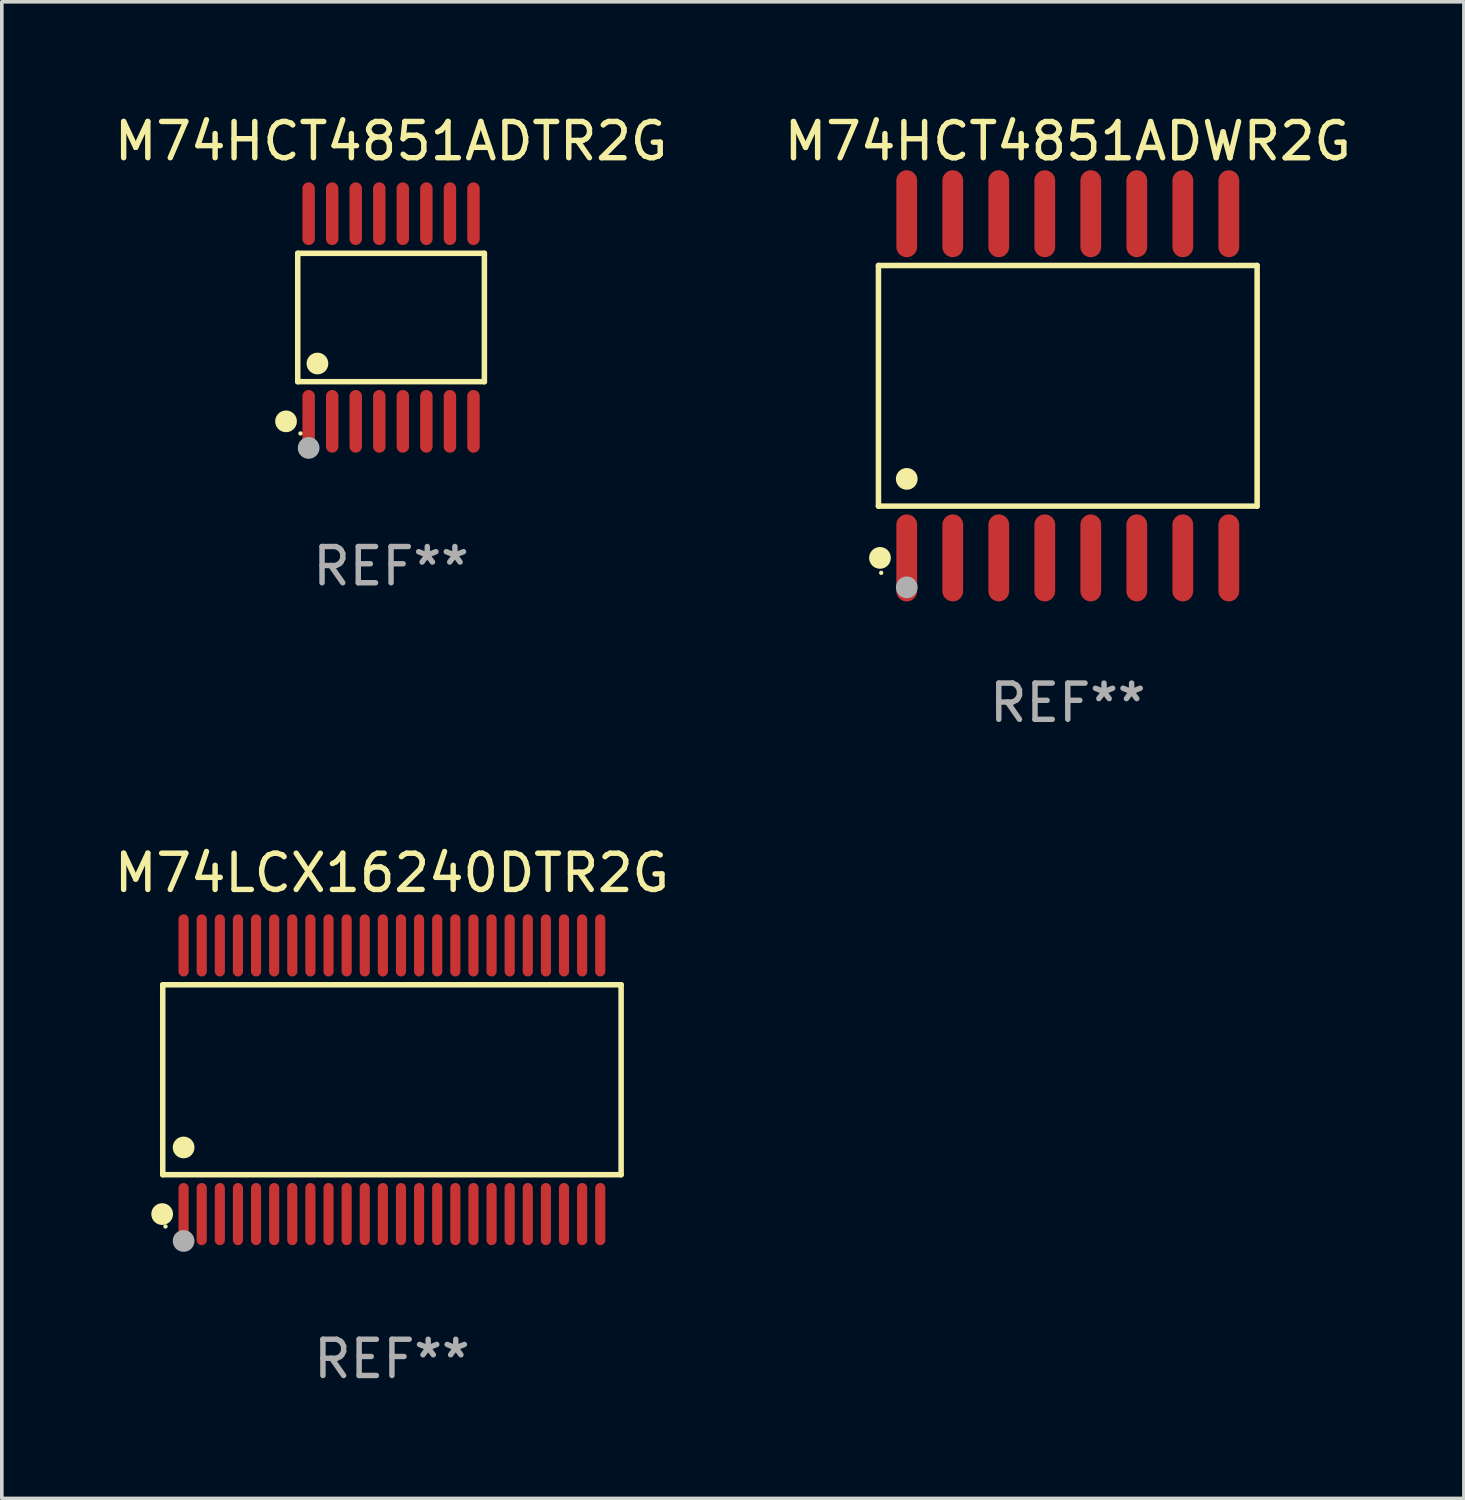
<source format=kicad_pcb>
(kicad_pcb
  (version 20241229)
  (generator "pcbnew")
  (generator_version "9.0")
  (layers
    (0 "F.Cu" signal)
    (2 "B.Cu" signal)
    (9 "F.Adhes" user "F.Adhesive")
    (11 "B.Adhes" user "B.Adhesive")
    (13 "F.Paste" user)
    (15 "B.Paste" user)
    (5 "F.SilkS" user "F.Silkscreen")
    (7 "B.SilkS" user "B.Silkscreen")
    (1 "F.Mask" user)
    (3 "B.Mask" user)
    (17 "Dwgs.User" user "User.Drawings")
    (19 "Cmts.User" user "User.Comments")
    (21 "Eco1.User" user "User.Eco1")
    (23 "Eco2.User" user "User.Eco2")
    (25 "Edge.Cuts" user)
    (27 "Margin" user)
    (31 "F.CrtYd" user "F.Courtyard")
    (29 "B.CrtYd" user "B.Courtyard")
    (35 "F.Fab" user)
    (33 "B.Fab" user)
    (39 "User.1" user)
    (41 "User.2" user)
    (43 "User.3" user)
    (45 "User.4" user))
  (footprint "M74LCX16240DTR2G"
    (layer "F.Cu")
    (at 7.768 26.753)
    (property "Reference" "M74LCX16240DTR2G" (at 0 -5.708 0) (layer "F.SilkS") (effects (font (size 1 1) (thickness 0.15))))
    (attr through_hole)
    (fp_line (start -6.326 -2.622) (end 6.326 -2.622) (stroke (width 0.152) (type solid)) (layer "F.SilkS"))
    (fp_line (start -6.326 2.621) (end -6.326 -2.622) (stroke (width 0.152) (type solid)) (layer "F.SilkS"))
    (fp_line (start 6.326 -2.622) (end 6.326 2.621) (stroke (width 0.152) (type solid)) (layer "F.SilkS"))
    (fp_line (start 6.326 2.621) (end -6.326 2.621) (stroke (width 0.152) (type solid)) (layer "F.SilkS"))
    (fp_circle (center -6.342 3.708) (end -6.192 3.708) (stroke (width 0.3) (type solid)) (fill no) (layer "F.SilkS"))
    (fp_circle (center -6.25 4.05) (end -6.22 4.05) (stroke (width 0.06) (type solid)) (fill no) (layer "F.SilkS"))
    (fp_circle (center -5.75 1.869) (end -5.6 1.869) (stroke (width 0.3) (type solid)) (fill no) (layer "F.SilkS"))
    (fp_circle (center -5.75 4.45) (end -5.6 4.45) (stroke (width 0.3) (type solid)) (fill no) (layer "F.Fab"))
    (fp_text user "REF**" (at 0 7.708 0) (layer "F.Fab") (effects (font (size 1 1) (thickness 0.15))))
    (pad "1" smd oval (at -5.75 3.708) (size 0.28 1.715) (layers "F.Cu" "F.Mask" "F.Paste"))
    (pad "2" smd oval (at -5.25 3.708) (size 0.28 1.715) (layers "F.Cu" "F.Mask" "F.Paste"))
    (pad "3" smd oval (at -4.75 3.708) (size 0.28 1.715) (layers "F.Cu" "F.Mask" "F.Paste"))
    (pad "4" smd oval (at -4.25 3.708) (size 0.28 1.715) (layers "F.Cu" "F.Mask" "F.Paste"))
    (pad "5" smd oval (at -3.75 3.708) (size 0.28 1.715) (layers "F.Cu" "F.Mask" "F.Paste"))
    (pad "6" smd oval (at -3.25 3.708) (size 0.28 1.715) (layers "F.Cu" "F.Mask" "F.Paste"))
    (pad "7" smd oval (at -2.75 3.708) (size 0.28 1.715) (layers "F.Cu" "F.Mask" "F.Paste"))
    (pad "8" smd oval (at -2.25 3.708) (size 0.28 1.715) (layers "F.Cu" "F.Mask" "F.Paste"))
    (pad "9" smd oval (at -1.75 3.708) (size 0.28 1.715) (layers "F.Cu" "F.Mask" "F.Paste"))
    (pad "10" smd oval (at -1.25 3.708) (size 0.28 1.715) (layers "F.Cu" "F.Mask" "F.Paste"))
    (pad "11" smd oval (at -0.75 3.708) (size 0.28 1.715) (layers "F.Cu" "F.Mask" "F.Paste"))
    (pad "12" smd oval (at -0.25 3.708) (size 0.28 1.715) (layers "F.Cu" "F.Mask" "F.Paste"))
    (pad "13" smd oval (at 0.25 3.708) (size 0.28 1.715) (layers "F.Cu" "F.Mask" "F.Paste"))
    (pad "14" smd oval (at 0.75 3.708) (size 0.28 1.715) (layers "F.Cu" "F.Mask" "F.Paste"))
    (pad "15" smd oval (at 1.25 3.708) (size 0.28 1.715) (layers "F.Cu" "F.Mask" "F.Paste"))
    (pad "16" smd oval (at 1.75 3.708) (size 0.28 1.715) (layers "F.Cu" "F.Mask" "F.Paste"))
    (pad "17" smd oval (at 2.25 3.708) (size 0.28 1.715) (layers "F.Cu" "F.Mask" "F.Paste"))
    (pad "18" smd oval (at 2.75 3.708) (size 0.28 1.715) (layers "F.Cu" "F.Mask" "F.Paste"))
    (pad "19" smd oval (at 3.25 3.708) (size 0.28 1.715) (layers "F.Cu" "F.Mask" "F.Paste"))
    (pad "20" smd oval (at 3.75 3.708) (size 0.28 1.715) (layers "F.Cu" "F.Mask" "F.Paste"))
    (pad "21" smd oval (at 4.25 3.708) (size 0.28 1.715) (layers "F.Cu" "F.Mask" "F.Paste"))
    (pad "22" smd oval (at 4.75 3.708) (size 0.28 1.715) (layers "F.Cu" "F.Mask" "F.Paste"))
    (pad "23" smd oval (at 5.25 3.708) (size 0.28 1.715) (layers "F.Cu" "F.Mask" "F.Paste"))
    (pad "24" smd oval (at 5.75 3.708) (size 0.28 1.715) (layers "F.Cu" "F.Mask" "F.Paste"))
    (pad "25" smd oval (at 5.75 -3.708) (size 0.28 1.715) (layers "F.Cu" "F.Mask" "F.Paste"))
    (pad "26" smd oval (at 5.25 -3.708) (size 0.28 1.715) (layers "F.Cu" "F.Mask" "F.Paste"))
    (pad "27" smd oval (at 4.75 -3.708) (size 0.28 1.715) (layers "F.Cu" "F.Mask" "F.Paste"))
    (pad "28" smd oval (at 4.25 -3.708) (size 0.28 1.715) (layers "F.Cu" "F.Mask" "F.Paste"))
    (pad "29" smd oval (at 3.75 -3.708) (size 0.28 1.715) (layers "F.Cu" "F.Mask" "F.Paste"))
    (pad "30" smd oval (at 3.25 -3.708) (size 0.28 1.715) (layers "F.Cu" "F.Mask" "F.Paste"))
    (pad "31" smd oval (at 2.75 -3.708) (size 0.28 1.715) (layers "F.Cu" "F.Mask" "F.Paste"))
    (pad "32" smd oval (at 2.25 -3.708) (size 0.28 1.715) (layers "F.Cu" "F.Mask" "F.Paste"))
    (pad "33" smd oval (at 1.75 -3.708) (size 0.28 1.715) (layers "F.Cu" "F.Mask" "F.Paste"))
    (pad "34" smd oval (at 1.25 -3.708) (size 0.28 1.715) (layers "F.Cu" "F.Mask" "F.Paste"))
    (pad "35" smd oval (at 0.75 -3.708) (size 0.28 1.715) (layers "F.Cu" "F.Mask" "F.Paste"))
    (pad "36" smd oval (at 0.25 -3.708) (size 0.28 1.715) (layers "F.Cu" "F.Mask" "F.Paste"))
    (pad "37" smd oval (at -0.25 -3.708) (size 0.28 1.715) (layers "F.Cu" "F.Mask" "F.Paste"))
    (pad "38" smd oval (at -0.75 -3.708) (size 0.28 1.715) (layers "F.Cu" "F.Mask" "F.Paste"))
    (pad "39" smd oval (at -1.25 -3.708) (size 0.28 1.715) (layers "F.Cu" "F.Mask" "F.Paste"))
    (pad "40" smd oval (at -1.75 -3.708) (size 0.28 1.715) (layers "F.Cu" "F.Mask" "F.Paste"))
    (pad "41" smd oval (at -2.25 -3.708) (size 0.28 1.715) (layers "F.Cu" "F.Mask" "F.Paste"))
    (pad "42" smd oval (at -2.75 -3.708) (size 0.28 1.715) (layers "F.Cu" "F.Mask" "F.Paste"))
    (pad "43" smd oval (at -3.25 -3.708) (size 0.28 1.715) (layers "F.Cu" "F.Mask" "F.Paste"))
    (pad "44" smd oval (at -3.75 -3.708) (size 0.28 1.715) (layers "F.Cu" "F.Mask" "F.Paste"))
    (pad "45" smd oval (at -4.25 -3.708) (size 0.28 1.715) (layers "F.Cu" "F.Mask" "F.Paste"))
    (pad "46" smd oval (at -4.75 -3.708) (size 0.28 1.715) (layers "F.Cu" "F.Mask" "F.Paste"))
    (pad "47" smd oval (at -5.25 -3.708) (size 0.28 1.715) (layers "F.Cu" "F.Mask" "F.Paste"))
    (pad "48" smd oval (at -5.75 -3.708) (size 0.28 1.715) (layers "F.Cu" "F.Mask" "F.Paste")))
  (footprint "M74HCT4851ADWR2G"
    (layer "F.Cu")
    (at 26.423 7.599)
    (property "Reference" "M74HCT4851ADWR2G" (at 0 -6.75 0) (layer "F.SilkS") (effects (font (size 1 1) (thickness 0.15))))
    (attr through_hole)
    (fp_line (start -5.226 -3.321) (end 5.226 -3.321) (stroke (width 0.152) (type solid)) (layer "F.SilkS"))
    (fp_line (start -5.226 3.321) (end -5.226 -3.321) (stroke (width 0.152) (type solid)) (layer "F.SilkS"))
    (fp_line (start 5.226 -3.321) (end 5.226 3.321) (stroke (width 0.152) (type solid)) (layer "F.SilkS"))
    (fp_line (start 5.226 3.321) (end -5.226 3.321) (stroke (width 0.152) (type solid)) (layer "F.SilkS"))
    (fp_circle (center -5.184 4.75) (end -5.034 4.75) (stroke (width 0.3) (type solid)) (fill no) (layer "F.SilkS"))
    (fp_circle (center -5.15 5.163) (end -5.12 5.163) (stroke (width 0.06) (type solid)) (fill no) (layer "F.SilkS"))
    (fp_circle (center -4.445 2.569) (end -4.295 2.569) (stroke (width 0.3) (type solid)) (fill no) (layer "F.SilkS"))
    (fp_circle (center -4.445 5.563) (end -4.295 5.563) (stroke (width 0.3) (type solid)) (fill no) (layer "F.Fab"))
    (fp_text user "REF**" (at 0 8.75 0) (layer "F.Fab") (effects (font (size 1 1) (thickness 0.15))))
    (pad "1" smd oval (at -4.445 4.75) (size 0.574 2.401) (layers "F.Cu" "F.Mask" "F.Paste"))
    (pad "2" smd oval (at -3.175 4.75) (size 0.574 2.401) (layers "F.Cu" "F.Mask" "F.Paste"))
    (pad "3" smd oval (at -1.905 4.75) (size 0.574 2.401) (layers "F.Cu" "F.Mask" "F.Paste"))
    (pad "4" smd oval (at -0.635 4.75) (size 0.574 2.401) (layers "F.Cu" "F.Mask" "F.Paste"))
    (pad "5" smd oval (at 0.635 4.75) (size 0.574 2.401) (layers "F.Cu" "F.Mask" "F.Paste"))
    (pad "6" smd oval (at 1.905 4.75) (size 0.574 2.401) (layers "F.Cu" "F.Mask" "F.Paste"))
    (pad "7" smd oval (at 3.175 4.75) (size 0.574 2.401) (layers "F.Cu" "F.Mask" "F.Paste"))
    (pad "8" smd oval (at 4.445 4.75) (size 0.574 2.401) (layers "F.Cu" "F.Mask" "F.Paste"))
    (pad "9" smd oval (at 4.445 -4.75) (size 0.574 2.401) (layers "F.Cu" "F.Mask" "F.Paste"))
    (pad "10" smd oval (at 3.175 -4.75) (size 0.574 2.401) (layers "F.Cu" "F.Mask" "F.Paste"))
    (pad "11" smd oval (at 1.905 -4.75) (size 0.574 2.401) (layers "F.Cu" "F.Mask" "F.Paste"))
    (pad "12" smd oval (at 0.635 -4.75) (size 0.574 2.401) (layers "F.Cu" "F.Mask" "F.Paste"))
    (pad "13" smd oval (at -0.635 -4.75) (size 0.574 2.401) (layers "F.Cu" "F.Mask" "F.Paste"))
    (pad "14" smd oval (at -1.905 -4.75) (size 0.574 2.401) (layers "F.Cu" "F.Mask" "F.Paste"))
    (pad "15" smd oval (at -3.175 -4.75) (size 0.574 2.401) (layers "F.Cu" "F.Mask" "F.Paste"))
    (pad "16" smd oval (at -4.445 -4.75) (size 0.574 2.401) (layers "F.Cu" "F.Mask" "F.Paste")))
  (footprint "M74HCT4851ADTR2G"
    (layer "F.Cu")
    (at 7.744 5.714)
    (property "Reference" "M74HCT4851ADTR2G" (at 0 -4.866 0) (layer "F.SilkS") (effects (font (size 1 1) (thickness 0.15))))
    (attr through_hole)
    (fp_line (start -2.576 -1.772) (end 2.576 -1.772) (stroke (width 0.152) (type solid)) (layer "F.SilkS"))
    (fp_line (start -2.576 1.771) (end -2.576 -1.772) (stroke (width 0.152) (type solid)) (layer "F.SilkS"))
    (fp_line (start 2.576 -1.772) (end 2.576 1.771) (stroke (width 0.152) (type solid)) (layer "F.SilkS"))
    (fp_line (start 2.576 1.771) (end -2.576 1.771) (stroke (width 0.152) (type solid)) (layer "F.SilkS"))
    (fp_circle (center -2.899 2.866) (end -2.749 2.866) (stroke (width 0.3) (type solid)) (fill no) (layer "F.SilkS"))
    (fp_circle (center -2.5 3.2) (end -2.47 3.2) (stroke (width 0.06) (type solid)) (fill no) (layer "F.SilkS"))
    (fp_circle (center -2.032 1.27) (end -1.882 1.27) (stroke (width 0.3) (type solid)) (fill no) (layer "F.SilkS"))
    (fp_circle (center -2.275 3.6) (end -2.125 3.6) (stroke (width 0.3) (type solid)) (fill no) (layer "F.Fab"))
    (fp_text user "REF**" (at 0 6.866 0) (layer "F.Fab") (effects (font (size 1 1) (thickness 0.15))))
    (pad "1" smd oval (at -2.275 2.866) (size 0.343 1.731) (layers "F.Cu" "F.Mask" "F.Paste"))
    (pad "2" smd oval (at -1.625 2.866) (size 0.343 1.731) (layers "F.Cu" "F.Mask" "F.Paste"))
    (pad "3" smd oval (at -0.975 2.866) (size 0.343 1.731) (layers "F.Cu" "F.Mask" "F.Paste"))
    (pad "4" smd oval (at -0.325 2.866) (size 0.343 1.731) (layers "F.Cu" "F.Mask" "F.Paste"))
    (pad "5" smd oval (at 0.325 2.866) (size 0.343 1.731) (layers "F.Cu" "F.Mask" "F.Paste"))
    (pad "6" smd oval (at 0.975 2.866) (size 0.343 1.731) (layers "F.Cu" "F.Mask" "F.Paste"))
    (pad "7" smd oval (at 1.625 2.866) (size 0.343 1.731) (layers "F.Cu" "F.Mask" "F.Paste"))
    (pad "8" smd oval (at 2.275 2.866) (size 0.343 1.731) (layers "F.Cu" "F.Mask" "F.Paste"))
    (pad "9" smd oval (at 2.275 -2.866) (size 0.343 1.731) (layers "F.Cu" "F.Mask" "F.Paste"))
    (pad "10" smd oval (at 1.625 -2.866) (size 0.343 1.731) (layers "F.Cu" "F.Mask" "F.Paste"))
    (pad "11" smd oval (at 0.975 -2.866) (size 0.343 1.731) (layers "F.Cu" "F.Mask" "F.Paste"))
    (pad "12" smd oval (at 0.325 -2.866) (size 0.343 1.731) (layers "F.Cu" "F.Mask" "F.Paste"))
    (pad "13" smd oval (at -0.325 -2.866) (size 0.343 1.731) (layers "F.Cu" "F.Mask" "F.Paste"))
    (pad "14" smd oval (at -0.975 -2.866) (size 0.343 1.731) (layers "F.Cu" "F.Mask" "F.Paste"))
    (pad "15" smd oval (at -1.625 -2.866) (size 0.343 1.731) (layers "F.Cu" "F.Mask" "F.Paste"))
    (pad "16" smd oval (at -2.275 -2.866) (size 0.343 1.731) (layers "F.Cu" "F.Mask" "F.Paste")))
  (gr_rect
    (start -3 -3)
    (end 37.357 38.309)
    (stroke (width 0.1) (type default))
    (fill no)
    (layer "Edge.Cuts")))
</source>
